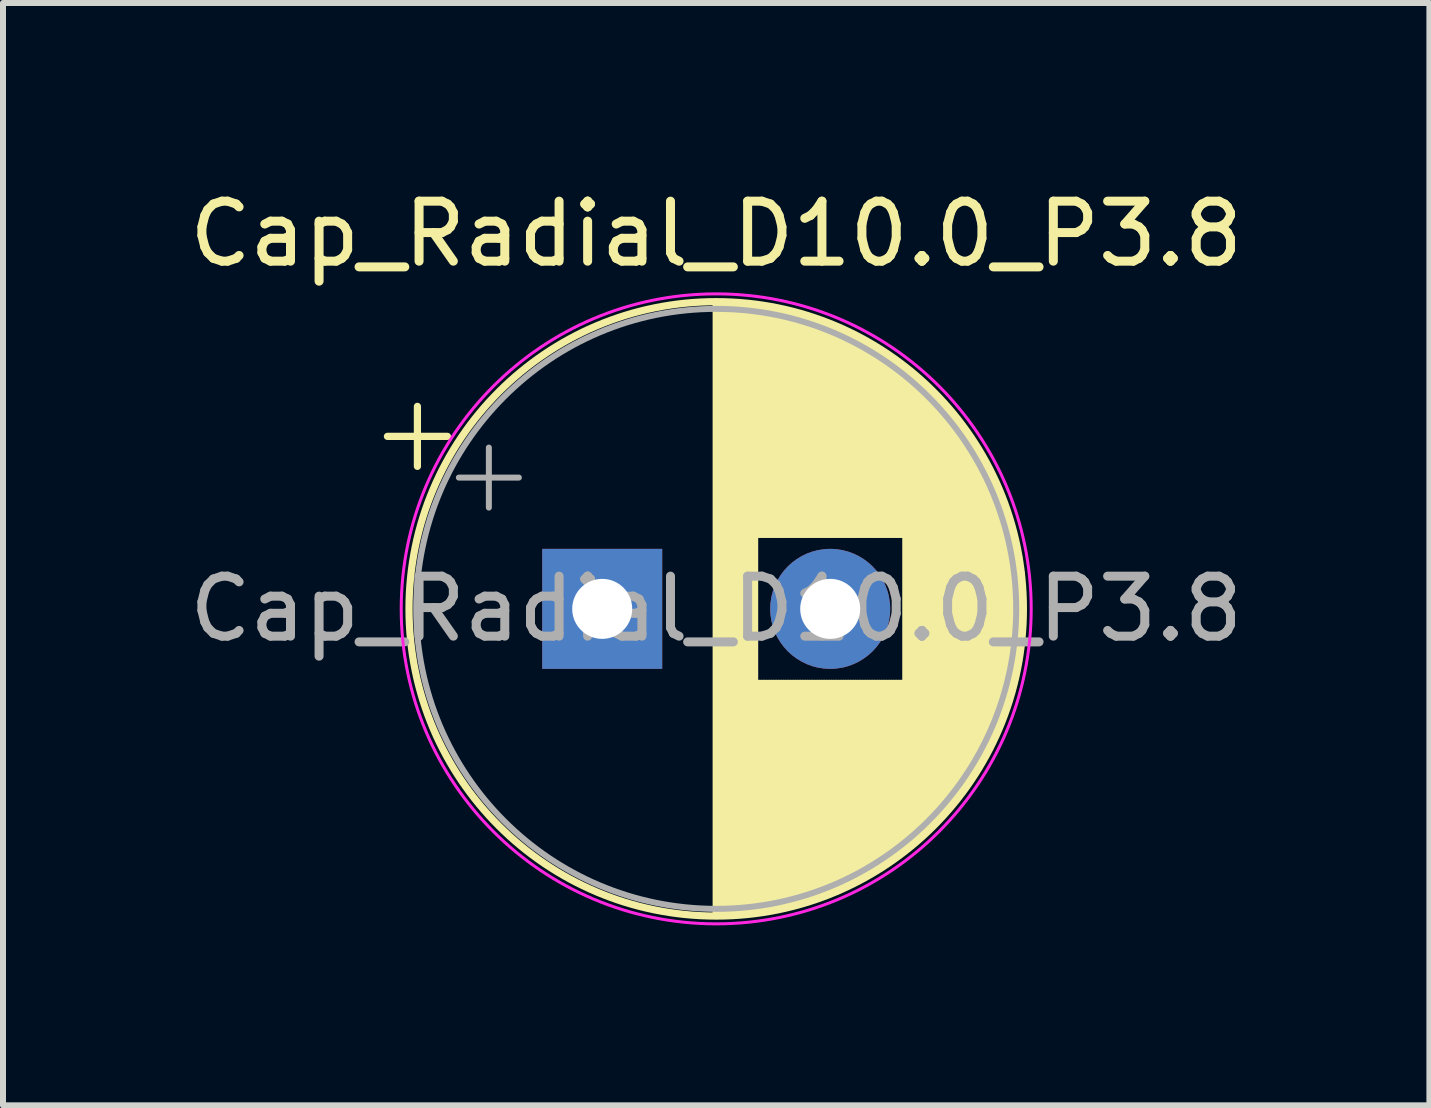
<source format=kicad_pcb>
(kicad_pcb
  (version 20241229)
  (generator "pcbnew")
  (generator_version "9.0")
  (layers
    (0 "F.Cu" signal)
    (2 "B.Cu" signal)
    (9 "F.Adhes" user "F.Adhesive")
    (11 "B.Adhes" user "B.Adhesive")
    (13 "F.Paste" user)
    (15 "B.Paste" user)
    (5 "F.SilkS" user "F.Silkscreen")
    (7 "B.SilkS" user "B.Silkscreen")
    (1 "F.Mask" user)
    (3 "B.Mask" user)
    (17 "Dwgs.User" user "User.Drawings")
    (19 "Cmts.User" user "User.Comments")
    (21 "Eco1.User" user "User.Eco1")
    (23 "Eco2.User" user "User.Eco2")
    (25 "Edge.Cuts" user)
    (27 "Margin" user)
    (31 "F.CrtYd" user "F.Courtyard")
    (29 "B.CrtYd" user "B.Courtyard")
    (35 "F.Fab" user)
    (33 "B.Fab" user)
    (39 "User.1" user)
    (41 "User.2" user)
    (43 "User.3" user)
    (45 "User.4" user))
  (footprint "Cap_Radial_D10.0_P3.8"
    (layer "F.Cu")
    (at 6.987 7.098)
    (property "Reference" "Cap_Radial_D10.0_P3.8" (at 1.9 -6.25 0) (layer "F.SilkS") (effects (font (size 1 1) (thickness 0.15))))
    (fp_line (start -3.58 -2.875) (end -2.58 -2.875) (stroke (width 0.12) (type solid)) (layer "F.SilkS"))
    (fp_line (start -3.08 -3.375) (end -3.08 -2.375) (stroke (width 0.12) (type solid)) (layer "F.SilkS"))
    (fp_line (start 1.9 -5.08) (end 1.9 5.08) (stroke (width 0.12) (type solid)) (layer "F.SilkS"))
    (fp_line (start 1.94 -5.08) (end 1.94 5.08) (stroke (width 0.12) (type solid)) (layer "F.SilkS"))
    (fp_line (start 1.98 -5.08) (end 1.98 5.08) (stroke (width 0.12) (type solid)) (layer "F.SilkS"))
    (fp_line (start 2.02 -5.079) (end 2.02 5.079) (stroke (width 0.12) (type solid)) (layer "F.SilkS"))
    (fp_line (start 2.06 -5.078) (end 2.06 5.078) (stroke (width 0.12) (type solid)) (layer "F.SilkS"))
    (fp_line (start 2.1 -5.077) (end 2.1 5.077) (stroke (width 0.12) (type solid)) (layer "F.SilkS"))
    (fp_line (start 2.14 -5.075) (end 2.14 5.075) (stroke (width 0.12) (type solid)) (layer "F.SilkS"))
    (fp_line (start 2.18 -5.073) (end 2.18 5.073) (stroke (width 0.12) (type solid)) (layer "F.SilkS"))
    (fp_line (start 2.22 -5.07) (end 2.22 5.07) (stroke (width 0.12) (type solid)) (layer "F.SilkS"))
    (fp_line (start 2.26 -5.068) (end 2.26 5.068) (stroke (width 0.12) (type solid)) (layer "F.SilkS"))
    (fp_line (start 2.3 -5.065) (end 2.3 5.065) (stroke (width 0.12) (type solid)) (layer "F.SilkS"))
    (fp_line (start 2.34 -5.062) (end 2.34 5.062) (stroke (width 0.12) (type solid)) (layer "F.SilkS"))
    (fp_line (start 2.38 -5.058) (end 2.38 5.058) (stroke (width 0.12) (type solid)) (layer "F.SilkS"))
    (fp_line (start 2.42 -5.054) (end 2.42 5.054) (stroke (width 0.12) (type solid)) (layer "F.SilkS"))
    (fp_line (start 2.46 -5.05) (end 2.46 5.05) (stroke (width 0.12) (type solid)) (layer "F.SilkS"))
    (fp_line (start 2.5 -5.045) (end 2.5 5.045) (stroke (width 0.12) (type solid)) (layer "F.SilkS"))
    (fp_line (start 2.54 -5.04) (end 2.54 5.04) (stroke (width 0.12) (type solid)) (layer "F.SilkS"))
    (fp_line (start 2.58 -5.035) (end 2.58 -1.241) (stroke (width 0.12) (type solid)) (layer "F.SilkS"))
    (fp_line (start 2.58 1.241) (end 2.58 5.035) (stroke (width 0.12) (type solid)) (layer "F.SilkS"))
    (fp_line (start 2.621 -5.03) (end 2.621 -1.241) (stroke (width 0.12) (type solid)) (layer "F.SilkS"))
    (fp_line (start 2.621 1.241) (end 2.621 5.03) (stroke (width 0.12) (type solid)) (layer "F.SilkS"))
    (fp_line (start 2.661 -5.024) (end 2.661 -1.241) (stroke (width 0.12) (type solid)) (layer "F.SilkS"))
    (fp_line (start 2.661 1.241) (end 2.661 5.024) (stroke (width 0.12) (type solid)) (layer "F.SilkS"))
    (fp_line (start 2.701 -5.018) (end 2.701 -1.241) (stroke (width 0.12) (type solid)) (layer "F.SilkS"))
    (fp_line (start 2.701 1.241) (end 2.701 5.018) (stroke (width 0.12) (type solid)) (layer "F.SilkS"))
    (fp_line (start 2.741 -5.011) (end 2.741 -1.241) (stroke (width 0.12) (type solid)) (layer "F.SilkS"))
    (fp_line (start 2.741 1.241) (end 2.741 5.011) (stroke (width 0.12) (type solid)) (layer "F.SilkS"))
    (fp_line (start 2.781 -5.004) (end 2.781 -1.241) (stroke (width 0.12) (type solid)) (layer "F.SilkS"))
    (fp_line (start 2.781 1.241) (end 2.781 5.004) (stroke (width 0.12) (type solid)) (layer "F.SilkS"))
    (fp_line (start 2.821 -4.997) (end 2.821 -1.241) (stroke (width 0.12) (type solid)) (layer "F.SilkS"))
    (fp_line (start 2.821 1.241) (end 2.821 4.997) (stroke (width 0.12) (type solid)) (layer "F.SilkS"))
    (fp_line (start 2.861 -4.99) (end 2.861 -1.241) (stroke (width 0.12) (type solid)) (layer "F.SilkS"))
    (fp_line (start 2.861 1.241) (end 2.861 4.99) (stroke (width 0.12) (type solid)) (layer "F.SilkS"))
    (fp_line (start 2.901 -4.982) (end 2.901 -1.241) (stroke (width 0.12) (type solid)) (layer "F.SilkS"))
    (fp_line (start 2.901 1.241) (end 2.901 4.982) (stroke (width 0.12) (type solid)) (layer "F.SilkS"))
    (fp_line (start 2.941 -4.974) (end 2.941 -1.241) (stroke (width 0.12) (type solid)) (layer "F.SilkS"))
    (fp_line (start 2.941 1.241) (end 2.941 4.974) (stroke (width 0.12) (type solid)) (layer "F.SilkS"))
    (fp_line (start 2.981 -4.965) (end 2.981 -1.241) (stroke (width 0.12) (type solid)) (layer "F.SilkS"))
    (fp_line (start 2.981 1.241) (end 2.981 4.965) (stroke (width 0.12) (type solid)) (layer "F.SilkS"))
    (fp_line (start 3.021 -4.956) (end 3.021 -1.241) (stroke (width 0.12) (type solid)) (layer "F.SilkS"))
    (fp_line (start 3.021 1.241) (end 3.021 4.956) (stroke (width 0.12) (type solid)) (layer "F.SilkS"))
    (fp_line (start 3.061 -4.947) (end 3.061 -1.241) (stroke (width 0.12) (type solid)) (layer "F.SilkS"))
    (fp_line (start 3.061 1.241) (end 3.061 4.947) (stroke (width 0.12) (type solid)) (layer "F.SilkS"))
    (fp_line (start 3.101 -4.938) (end 3.101 -1.241) (stroke (width 0.12) (type solid)) (layer "F.SilkS"))
    (fp_line (start 3.101 1.241) (end 3.101 4.938) (stroke (width 0.12) (type solid)) (layer "F.SilkS"))
    (fp_line (start 3.141 -4.928) (end 3.141 -1.241) (stroke (width 0.12) (type solid)) (layer "F.SilkS"))
    (fp_line (start 3.141 1.241) (end 3.141 4.928) (stroke (width 0.12) (type solid)) (layer "F.SilkS"))
    (fp_line (start 3.181 -4.918) (end 3.181 -1.241) (stroke (width 0.12) (type solid)) (layer "F.SilkS"))
    (fp_line (start 3.181 1.241) (end 3.181 4.918) (stroke (width 0.12) (type solid)) (layer "F.SilkS"))
    (fp_line (start 3.221 -4.907) (end 3.221 -1.241) (stroke (width 0.12) (type solid)) (layer "F.SilkS"))
    (fp_line (start 3.221 1.241) (end 3.221 4.907) (stroke (width 0.12) (type solid)) (layer "F.SilkS"))
    (fp_line (start 3.261 -4.897) (end 3.261 -1.241) (stroke (width 0.12) (type solid)) (layer "F.SilkS"))
    (fp_line (start 3.261 1.241) (end 3.261 4.897) (stroke (width 0.12) (type solid)) (layer "F.SilkS"))
    (fp_line (start 3.301 -4.885) (end 3.301 -1.241) (stroke (width 0.12) (type solid)) (layer "F.SilkS"))
    (fp_line (start 3.301 1.241) (end 3.301 4.885) (stroke (width 0.12) (type solid)) (layer "F.SilkS"))
    (fp_line (start 3.341 -4.874) (end 3.341 -1.241) (stroke (width 0.12) (type solid)) (layer "F.SilkS"))
    (fp_line (start 3.341 1.241) (end 3.341 4.874) (stroke (width 0.12) (type solid)) (layer "F.SilkS"))
    (fp_line (start 3.381 -4.862) (end 3.381 -1.241) (stroke (width 0.12) (type solid)) (layer "F.SilkS"))
    (fp_line (start 3.381 1.241) (end 3.381 4.862) (stroke (width 0.12) (type solid)) (layer "F.SilkS"))
    (fp_line (start 3.421 -4.85) (end 3.421 -1.241) (stroke (width 0.12) (type solid)) (layer "F.SilkS"))
    (fp_line (start 3.421 1.241) (end 3.421 4.85) (stroke (width 0.12) (type solid)) (layer "F.SilkS"))
    (fp_line (start 3.461 -4.837) (end 3.461 -1.241) (stroke (width 0.12) (type solid)) (layer "F.SilkS"))
    (fp_line (start 3.461 1.241) (end 3.461 4.837) (stroke (width 0.12) (type solid)) (layer "F.SilkS"))
    (fp_line (start 3.501 -4.824) (end 3.501 -1.241) (stroke (width 0.12) (type solid)) (layer "F.SilkS"))
    (fp_line (start 3.501 1.241) (end 3.501 4.824) (stroke (width 0.12) (type solid)) (layer "F.SilkS"))
    (fp_line (start 3.541 -4.811) (end 3.541 -1.241) (stroke (width 0.12) (type solid)) (layer "F.SilkS"))
    (fp_line (start 3.541 1.241) (end 3.541 4.811) (stroke (width 0.12) (type solid)) (layer "F.SilkS"))
    (fp_line (start 3.581 -4.797) (end 3.581 -1.241) (stroke (width 0.12) (type solid)) (layer "F.SilkS"))
    (fp_line (start 3.581 1.241) (end 3.581 4.797) (stroke (width 0.12) (type solid)) (layer "F.SilkS"))
    (fp_line (start 3.621 -4.783) (end 3.621 -1.241) (stroke (width 0.12) (type solid)) (layer "F.SilkS"))
    (fp_line (start 3.621 1.241) (end 3.621 4.783) (stroke (width 0.12) (type solid)) (layer "F.SilkS"))
    (fp_line (start 3.661 -4.768) (end 3.661 -1.241) (stroke (width 0.12) (type solid)) (layer "F.SilkS"))
    (fp_line (start 3.661 1.241) (end 3.661 4.768) (stroke (width 0.12) (type solid)) (layer "F.SilkS"))
    (fp_line (start 3.701 -4.754) (end 3.701 -1.241) (stroke (width 0.12) (type solid)) (layer "F.SilkS"))
    (fp_line (start 3.701 1.241) (end 3.701 4.754) (stroke (width 0.12) (type solid)) (layer "F.SilkS"))
    (fp_line (start 3.741 -4.738) (end 3.741 -1.241) (stroke (width 0.12) (type solid)) (layer "F.SilkS"))
    (fp_line (start 3.741 1.241) (end 3.741 4.738) (stroke (width 0.12) (type solid)) (layer "F.SilkS"))
    (fp_line (start 3.781 -4.723) (end 3.781 -1.241) (stroke (width 0.12) (type solid)) (layer "F.SilkS"))
    (fp_line (start 3.781 1.241) (end 3.781 4.723) (stroke (width 0.12) (type solid)) (layer "F.SilkS"))
    (fp_line (start 3.821 -4.707) (end 3.821 -1.241) (stroke (width 0.12) (type solid)) (layer "F.SilkS"))
    (fp_line (start 3.821 1.241) (end 3.821 4.707) (stroke (width 0.12) (type solid)) (layer "F.SilkS"))
    (fp_line (start 3.861 -4.69) (end 3.861 -1.241) (stroke (width 0.12) (type solid)) (layer "F.SilkS"))
    (fp_line (start 3.861 1.241) (end 3.861 4.69) (stroke (width 0.12) (type solid)) (layer "F.SilkS"))
    (fp_line (start 3.901 -4.674) (end 3.901 -1.241) (stroke (width 0.12) (type solid)) (layer "F.SilkS"))
    (fp_line (start 3.901 1.241) (end 3.901 4.674) (stroke (width 0.12) (type solid)) (layer "F.SilkS"))
    (fp_line (start 3.941 -4.657) (end 3.941 -1.241) (stroke (width 0.12) (type solid)) (layer "F.SilkS"))
    (fp_line (start 3.941 1.241) (end 3.941 4.657) (stroke (width 0.12) (type solid)) (layer "F.SilkS"))
    (fp_line (start 3.981 -4.639) (end 3.981 -1.241) (stroke (width 0.12) (type solid)) (layer "F.SilkS"))
    (fp_line (start 3.981 1.241) (end 3.981 4.639) (stroke (width 0.12) (type solid)) (layer "F.SilkS"))
    (fp_line (start 4.021 -4.621) (end 4.021 -1.241) (stroke (width 0.12) (type solid)) (layer "F.SilkS"))
    (fp_line (start 4.021 1.241) (end 4.021 4.621) (stroke (width 0.12) (type solid)) (layer "F.SilkS"))
    (fp_line (start 4.061 -4.603) (end 4.061 -1.241) (stroke (width 0.12) (type solid)) (layer "F.SilkS"))
    (fp_line (start 4.061 1.241) (end 4.061 4.603) (stroke (width 0.12) (type solid)) (layer "F.SilkS"))
    (fp_line (start 4.101 -4.584) (end 4.101 -1.241) (stroke (width 0.12) (type solid)) (layer "F.SilkS"))
    (fp_line (start 4.101 1.241) (end 4.101 4.584) (stroke (width 0.12) (type solid)) (layer "F.SilkS"))
    (fp_line (start 4.141 -4.564) (end 4.141 -1.241) (stroke (width 0.12) (type solid)) (layer "F.SilkS"))
    (fp_line (start 4.141 1.241) (end 4.141 4.564) (stroke (width 0.12) (type solid)) (layer "F.SilkS"))
    (fp_line (start 4.181 -4.545) (end 4.181 -1.241) (stroke (width 0.12) (type solid)) (layer "F.SilkS"))
    (fp_line (start 4.181 1.241) (end 4.181 4.545) (stroke (width 0.12) (type solid)) (layer "F.SilkS"))
    (fp_line (start 4.221 -4.525) (end 4.221 -1.241) (stroke (width 0.12) (type solid)) (layer "F.SilkS"))
    (fp_line (start 4.221 1.241) (end 4.221 4.525) (stroke (width 0.12) (type solid)) (layer "F.SilkS"))
    (fp_line (start 4.261 -4.504) (end 4.261 -1.241) (stroke (width 0.12) (type solid)) (layer "F.SilkS"))
    (fp_line (start 4.261 1.241) (end 4.261 4.504) (stroke (width 0.12) (type solid)) (layer "F.SilkS"))
    (fp_line (start 4.301 -4.483) (end 4.301 -1.241) (stroke (width 0.12) (type solid)) (layer "F.SilkS"))
    (fp_line (start 4.301 1.241) (end 4.301 4.483) (stroke (width 0.12) (type solid)) (layer "F.SilkS"))
    (fp_line (start 4.341 -4.462) (end 4.341 -1.241) (stroke (width 0.12) (type solid)) (layer "F.SilkS"))
    (fp_line (start 4.341 1.241) (end 4.341 4.462) (stroke (width 0.12) (type solid)) (layer "F.SilkS"))
    (fp_line (start 4.381 -4.44) (end 4.381 -1.241) (stroke (width 0.12) (type solid)) (layer "F.SilkS"))
    (fp_line (start 4.381 1.241) (end 4.381 4.44) (stroke (width 0.12) (type solid)) (layer "F.SilkS"))
    (fp_line (start 4.421 -4.417) (end 4.421 -1.241) (stroke (width 0.12) (type solid)) (layer "F.SilkS"))
    (fp_line (start 4.421 1.241) (end 4.421 4.417) (stroke (width 0.12) (type solid)) (layer "F.SilkS"))
    (fp_line (start 4.461 -4.395) (end 4.461 -1.241) (stroke (width 0.12) (type solid)) (layer "F.SilkS"))
    (fp_line (start 4.461 1.241) (end 4.461 4.395) (stroke (width 0.12) (type solid)) (layer "F.SilkS"))
    (fp_line (start 4.501 -4.371) (end 4.501 -1.241) (stroke (width 0.12) (type solid)) (layer "F.SilkS"))
    (fp_line (start 4.501 1.241) (end 4.501 4.371) (stroke (width 0.12) (type solid)) (layer "F.SilkS"))
    (fp_line (start 4.541 -4.347) (end 4.541 -1.241) (stroke (width 0.12) (type solid)) (layer "F.SilkS"))
    (fp_line (start 4.541 1.241) (end 4.541 4.347) (stroke (width 0.12) (type solid)) (layer "F.SilkS"))
    (fp_line (start 4.581 -4.323) (end 4.581 -1.241) (stroke (width 0.12) (type solid)) (layer "F.SilkS"))
    (fp_line (start 4.581 1.241) (end 4.581 4.323) (stroke (width 0.12) (type solid)) (layer "F.SilkS"))
    (fp_line (start 4.621 -4.298) (end 4.621 -1.241) (stroke (width 0.12) (type solid)) (layer "F.SilkS"))
    (fp_line (start 4.621 1.241) (end 4.621 4.298) (stroke (width 0.12) (type solid)) (layer "F.SilkS"))
    (fp_line (start 4.661 -4.273) (end 4.661 -1.241) (stroke (width 0.12) (type solid)) (layer "F.SilkS"))
    (fp_line (start 4.661 1.241) (end 4.661 4.273) (stroke (width 0.12) (type solid)) (layer "F.SilkS"))
    (fp_line (start 4.701 -4.247) (end 4.701 -1.241) (stroke (width 0.12) (type solid)) (layer "F.SilkS"))
    (fp_line (start 4.701 1.241) (end 4.701 4.247) (stroke (width 0.12) (type solid)) (layer "F.SilkS"))
    (fp_line (start 4.741 -4.221) (end 4.741 -1.241) (stroke (width 0.12) (type solid)) (layer "F.SilkS"))
    (fp_line (start 4.741 1.241) (end 4.741 4.221) (stroke (width 0.12) (type solid)) (layer "F.SilkS"))
    (fp_line (start 4.781 -4.194) (end 4.781 -1.241) (stroke (width 0.12) (type solid)) (layer "F.SilkS"))
    (fp_line (start 4.781 1.241) (end 4.781 4.194) (stroke (width 0.12) (type solid)) (layer "F.SilkS"))
    (fp_line (start 4.821 -4.166) (end 4.821 -1.241) (stroke (width 0.12) (type solid)) (layer "F.SilkS"))
    (fp_line (start 4.821 1.241) (end 4.821 4.166) (stroke (width 0.12) (type solid)) (layer "F.SilkS"))
    (fp_line (start 4.861 -4.138) (end 4.861 -1.241) (stroke (width 0.12) (type solid)) (layer "F.SilkS"))
    (fp_line (start 4.861 1.241) (end 4.861 4.138) (stroke (width 0.12) (type solid)) (layer "F.SilkS"))
    (fp_line (start 4.901 -4.11) (end 4.901 -1.241) (stroke (width 0.12) (type solid)) (layer "F.SilkS"))
    (fp_line (start 4.901 1.241) (end 4.901 4.11) (stroke (width 0.12) (type solid)) (layer "F.SilkS"))
    (fp_line (start 4.941 -4.08) (end 4.941 -1.241) (stroke (width 0.12) (type solid)) (layer "F.SilkS"))
    (fp_line (start 4.941 1.241) (end 4.941 4.08) (stroke (width 0.12) (type solid)) (layer "F.SilkS"))
    (fp_line (start 4.981 -4.05) (end 4.981 -1.241) (stroke (width 0.12) (type solid)) (layer "F.SilkS"))
    (fp_line (start 4.981 1.241) (end 4.981 4.05) (stroke (width 0.12) (type solid)) (layer "F.SilkS"))
    (fp_line (start 5.021 -4.02) (end 5.021 -1.241) (stroke (width 0.12) (type solid)) (layer "F.SilkS"))
    (fp_line (start 5.021 1.241) (end 5.021 4.02) (stroke (width 0.12) (type solid)) (layer "F.SilkS"))
    (fp_line (start 5.061 -3.989) (end 5.061 3.989) (stroke (width 0.12) (type solid)) (layer "F.SilkS"))
    (fp_line (start 5.101 -3.957) (end 5.101 3.957) (stroke (width 0.12) (type solid)) (layer "F.SilkS"))
    (fp_line (start 5.141 -3.925) (end 5.141 3.925) (stroke (width 0.12) (type solid)) (layer "F.SilkS"))
    (fp_line (start 5.181 -3.892) (end 5.181 3.892) (stroke (width 0.12) (type solid)) (layer "F.SilkS"))
    (fp_line (start 5.221 -3.858) (end 5.221 3.858) (stroke (width 0.12) (type solid)) (layer "F.SilkS"))
    (fp_line (start 5.261 -3.824) (end 5.261 3.824) (stroke (width 0.12) (type solid)) (layer "F.SilkS"))
    (fp_line (start 5.301 -3.789) (end 5.301 3.789) (stroke (width 0.12) (type solid)) (layer "F.SilkS"))
    (fp_line (start 5.341 -3.753) (end 5.341 3.753) (stroke (width 0.12) (type solid)) (layer "F.SilkS"))
    (fp_line (start 5.381 -3.716) (end 5.381 3.716) (stroke (width 0.12) (type solid)) (layer "F.SilkS"))
    (fp_line (start 5.421 -3.679) (end 5.421 3.679) (stroke (width 0.12) (type solid)) (layer "F.SilkS"))
    (fp_line (start 5.461 -3.64) (end 5.461 3.64) (stroke (width 0.12) (type solid)) (layer "F.SilkS"))
    (fp_line (start 5.501 -3.601) (end 5.501 3.601) (stroke (width 0.12) (type solid)) (layer "F.SilkS"))
    (fp_line (start 5.541 -3.561) (end 5.541 3.561) (stroke (width 0.12) (type solid)) (layer "F.SilkS"))
    (fp_line (start 5.581 -3.52) (end 5.581 3.52) (stroke (width 0.12) (type solid)) (layer "F.SilkS"))
    (fp_line (start 5.621 -3.478) (end 5.621 3.478) (stroke (width 0.12) (type solid)) (layer "F.SilkS"))
    (fp_line (start 5.661 -3.436) (end 5.661 3.436) (stroke (width 0.12) (type solid)) (layer "F.SilkS"))
    (fp_line (start 5.701 -3.392) (end 5.701 3.392) (stroke (width 0.12) (type solid)) (layer "F.SilkS"))
    (fp_line (start 5.741 -3.347) (end 5.741 3.347) (stroke (width 0.12) (type solid)) (layer "F.SilkS"))
    (fp_line (start 5.781 -3.301) (end 5.781 3.301) (stroke (width 0.12) (type solid)) (layer "F.SilkS"))
    (fp_line (start 5.821 -3.254) (end 5.821 3.254) (stroke (width 0.12) (type solid)) (layer "F.SilkS"))
    (fp_line (start 5.861 -3.206) (end 5.861 3.206) (stroke (width 0.12) (type solid)) (layer "F.SilkS"))
    (fp_line (start 5.901 -3.156) (end 5.901 3.156) (stroke (width 0.12) (type solid)) (layer "F.SilkS"))
    (fp_line (start 5.941 -3.106) (end 5.941 3.106) (stroke (width 0.12) (type solid)) (layer "F.SilkS"))
    (fp_line (start 5.981 -3.054) (end 5.981 3.054) (stroke (width 0.12) (type solid)) (layer "F.SilkS"))
    (fp_line (start 6.021 -3) (end 6.021 3) (stroke (width 0.12) (type solid)) (layer "F.SilkS"))
    (fp_line (start 6.061 -2.945) (end 6.061 2.945) (stroke (width 0.12) (type solid)) (layer "F.SilkS"))
    (fp_line (start 6.101 -2.889) (end 6.101 2.889) (stroke (width 0.12) (type solid)) (layer "F.SilkS"))
    (fp_line (start 6.141 -2.83) (end 6.141 2.83) (stroke (width 0.12) (type solid)) (layer "F.SilkS"))
    (fp_line (start 6.181 -2.77) (end 6.181 2.77) (stroke (width 0.12) (type solid)) (layer "F.SilkS"))
    (fp_line (start 6.221 -2.709) (end 6.221 2.709) (stroke (width 0.12) (type solid)) (layer "F.SilkS"))
    (fp_line (start 6.261 -2.645) (end 6.261 2.645) (stroke (width 0.12) (type solid)) (layer "F.SilkS"))
    (fp_line (start 6.301 -2.579) (end 6.301 2.579) (stroke (width 0.12) (type solid)) (layer "F.SilkS"))
    (fp_line (start 6.341 -2.51) (end 6.341 2.51) (stroke (width 0.12) (type solid)) (layer "F.SilkS"))
    (fp_line (start 6.381 -2.439) (end 6.381 2.439) (stroke (width 0.12) (type solid)) (layer "F.SilkS"))
    (fp_line (start 6.421 -2.365) (end 6.421 2.365) (stroke (width 0.12) (type solid)) (layer "F.SilkS"))
    (fp_line (start 6.461 -2.289) (end 6.461 2.289) (stroke (width 0.12) (type solid)) (layer "F.SilkS"))
    (fp_line (start 6.501 -2.209) (end 6.501 2.209) (stroke (width 0.12) (type solid)) (layer "F.SilkS"))
    (fp_line (start 6.541 -2.125) (end 6.541 2.125) (stroke (width 0.12) (type solid)) (layer "F.SilkS"))
    (fp_line (start 6.581 -2.037) (end 6.581 2.037) (stroke (width 0.12) (type solid)) (layer "F.SilkS"))
    (fp_line (start 6.621 -1.944) (end 6.621 1.944) (stroke (width 0.12) (type solid)) (layer "F.SilkS"))
    (fp_line (start 6.661 -1.846) (end 6.661 1.846) (stroke (width 0.12) (type solid)) (layer "F.SilkS"))
    (fp_line (start 6.701 -1.742) (end 6.701 1.742) (stroke (width 0.12) (type solid)) (layer "F.SilkS"))
    (fp_line (start 6.741 -1.63) (end 6.741 1.63) (stroke (width 0.12) (type solid)) (layer "F.SilkS"))
    (fp_line (start 6.781 -1.51) (end 6.781 1.51) (stroke (width 0.12) (type solid)) (layer "F.SilkS"))
    (fp_line (start 6.821 -1.378) (end 6.821 1.378) (stroke (width 0.12) (type solid)) (layer "F.SilkS"))
    (fp_line (start 6.861 -1.23) (end 6.861 1.23) (stroke (width 0.12) (type solid)) (layer "F.SilkS"))
    (fp_line (start 6.901 -1.062) (end 6.901 1.062) (stroke (width 0.12) (type solid)) (layer "F.SilkS"))
    (fp_line (start 6.941 -0.862) (end 6.941 0.862) (stroke (width 0.12) (type solid)) (layer "F.SilkS"))
    (fp_line (start 6.981 -0.599) (end 6.981 0.599) (stroke (width 0.12) (type solid)) (layer "F.SilkS"))
    (fp_circle (center 1.9 0) (end 7.02 0) (stroke (width 0.12) (type solid)) (fill no) (layer "F.SilkS"))
    (fp_circle (center 1.9 0) (end 7.15 0) (stroke (width 0.05) (type solid)) (fill no) (layer "F.CrtYd"))
    (fp_line (start -2.389 -2.188) (end -1.389 -2.188) (stroke (width 0.1) (type solid)) (layer "F.Fab"))
    (fp_line (start -1.889 -2.688) (end -1.889 -1.688) (stroke (width 0.1) (type solid)) (layer "F.Fab"))
    (fp_circle (center 1.9 0) (end 6.9 0) (stroke (width 0.1) (type solid)) (fill no) (layer "F.Fab"))
    (fp_text user "${REFERENCE}" (at 1.9 0 0) (layer "F.Fab") (effects (font (size 1 1) (thickness 0.15))))
    (pad "1" thru_hole rect (at 0 0) (size 2 2) (drill 1) (layers "*.Cu" "*.Mask"))
    (pad "2" thru_hole circle (at 3.8 0) (size 2 2) (drill 1) (layers "*.Cu" "*.Mask")))
  (gr_rect
    (start -3 -3)
    (end 20.774 15.373)
    (stroke (width 0.1) (type default))
    (fill no)
    (layer "Edge.Cuts")))
</source>
